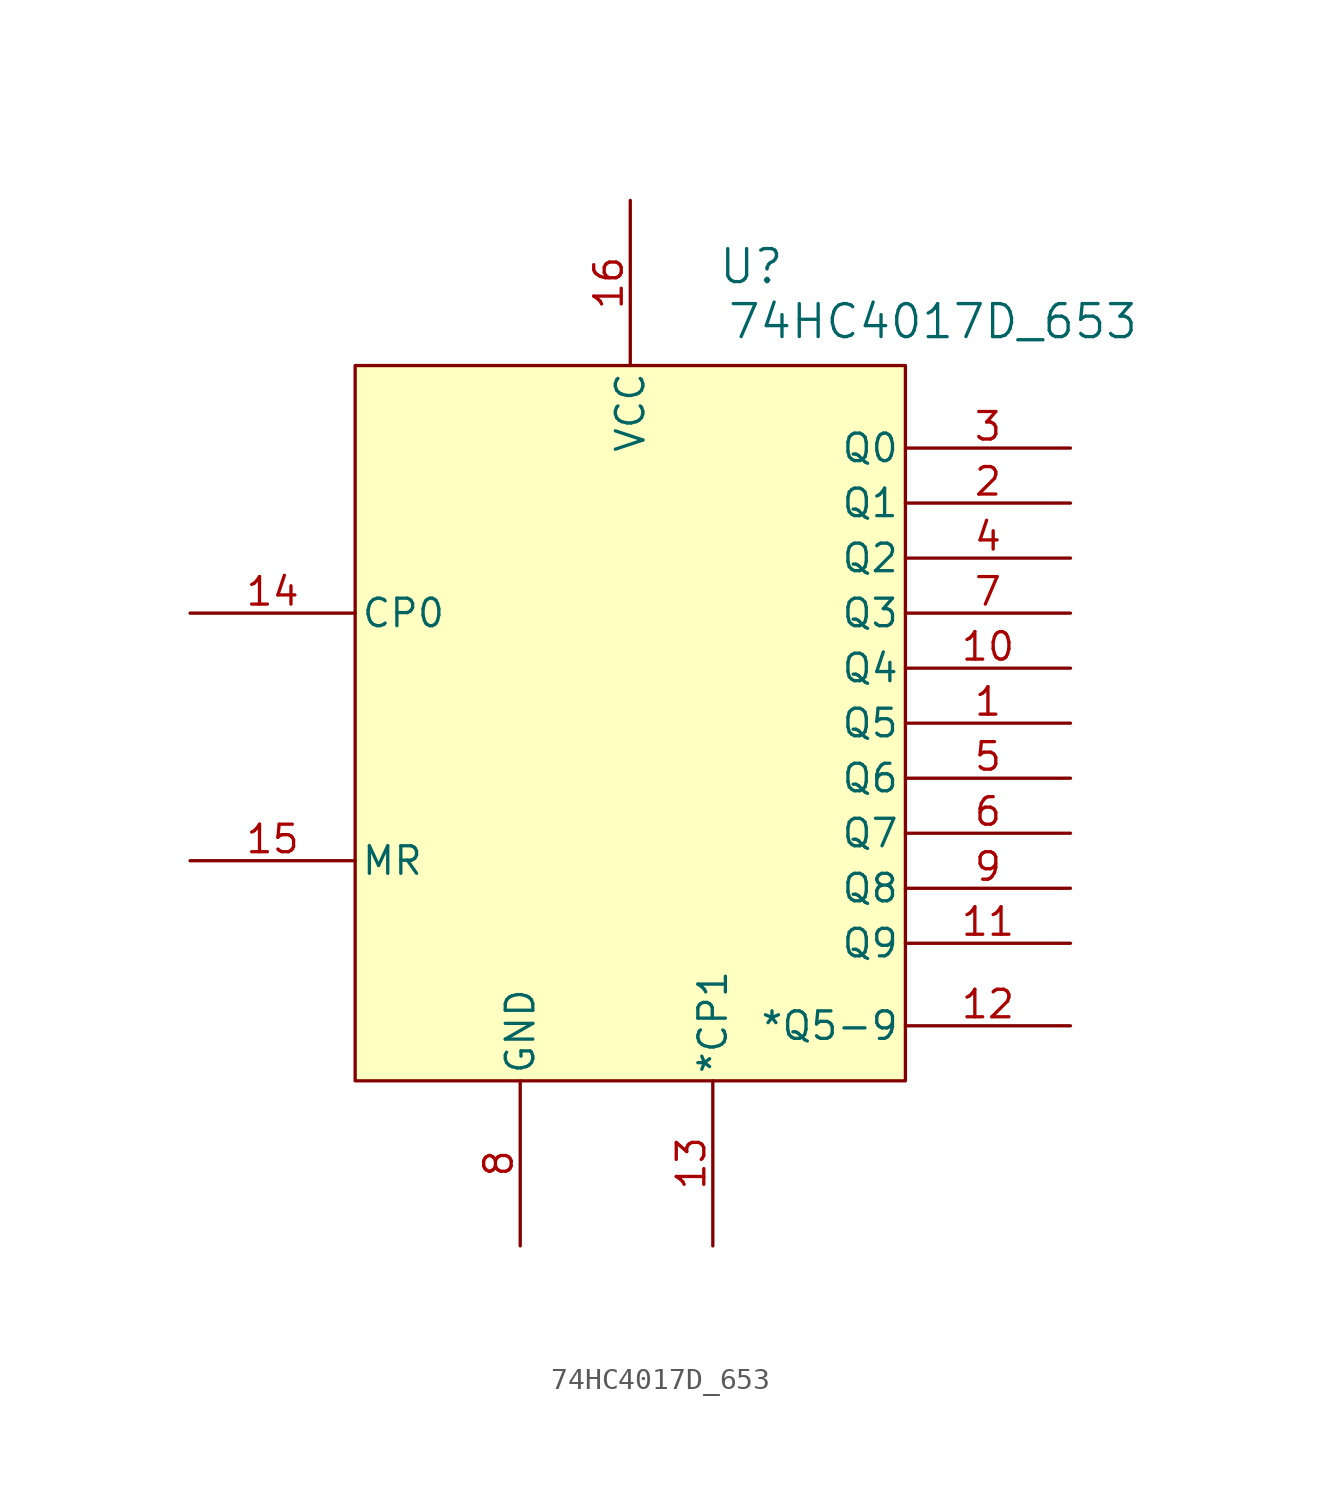
<source format=kicad_sym>
(kicad_symbol_lib
  (version 20231120)
  (generator "kicad_symbol_editor")
  (generator_version "8.0")
  (symbol "74HC4017D_653"
    (pin_names
      (offset 0.254))
    (property "Reference" "U"
      (at 25.908 9.652 0)
      (effects (font (size 1.524 1.524))))
    (property "Value" "74HC4017D_653"
      (at 34.29 7.112 0)
      (effects (font (size 1.524 1.524))))
    (property "ki_locked" ""
      (at 0 0 0)
      (effects (font (size 1.27 1.27))))
    (symbol "74HC4017D_653_0_1"
      (pin output line (at 40.64 -11.43 180) (length 7.62) (name "Q5" (effects (font (size 1.27 1.27)))) (number "1" (effects (font (size 1.27 1.27)))))
      (pin output line (at 40.64 -8.89 180) (length 7.62) (name "Q4" (effects (font (size 1.27 1.27)))) (number "10" (effects (font (size 1.27 1.27)))))
      (pin output line (at 40.64 -21.59 180) (length 7.62) (name "Q9" (effects (font (size 1.27 1.27)))) (number "11" (effects (font (size 1.27 1.27)))))
      (pin output line (at 40.64 -25.4 180) (length 7.62) (name "*Q5-9" (effects (font (size 1.27 1.27)))) (number "12" (effects (font (size 1.27 1.27)))))
      (pin input line (at 24.13 -35.56 90) (length 7.62) (name "*CP1" (effects (font (size 1.27 1.27)))) (number "13" (effects (font (size 1.27 1.27)))))
      (pin input line (at 0 -6.35 0) (length 7.62) (name "CP0" (effects (font (size 1.27 1.27)))) (number "14" (effects (font (size 1.27 1.27)))))
      (pin input line (at 0 -17.78 0) (length 7.62) (name "MR" (effects (font (size 1.27 1.27)))) (number "15" (effects (font (size 1.27 1.27)))))
      (pin power_in line (at 20.32 12.7 270) (length 7.62) (name "VCC" (effects (font (size 1.27 1.27)))) (number "16" (effects (font (size 1.27 1.27)))))
      (pin output line (at 40.64 -1.27 180) (length 7.62) (name "Q1" (effects (font (size 1.27 1.27)))) (number "2" (effects (font (size 1.27 1.27)))))
      (pin output line (at 40.64 1.27 180) (length 7.62) (name "Q0" (effects (font (size 1.27 1.27)))) (number "3" (effects (font (size 1.27 1.27)))))
      (pin output line (at 40.64 -3.81 180) (length 7.62) (name "Q2" (effects (font (size 1.27 1.27)))) (number "4" (effects (font (size 1.27 1.27)))))
      (pin output line (at 40.64 -13.97 180) (length 7.62) (name "Q6" (effects (font (size 1.27 1.27)))) (number "5" (effects (font (size 1.27 1.27)))))
      (pin output line (at 40.64 -16.51 180) (length 7.62) (name "Q7" (effects (font (size 1.27 1.27)))) (number "6" (effects (font (size 1.27 1.27)))))
      (pin output line (at 40.64 -6.35 180) (length 7.62) (name "Q3" (effects (font (size 1.27 1.27)))) (number "7" (effects (font (size 1.27 1.27)))))
      (pin power_out line (at 15.24 -35.56 90) (length 7.62) (name "GND" (effects (font (size 1.27 1.27)))) (number "8" (effects (font (size 1.27 1.27)))))
      (pin output line (at 40.64 -19.05 180) (length 7.62) (name "Q8" (effects (font (size 1.27 1.27)))) (number "9" (effects (font (size 1.27 1.27))))))
    (symbol "74HC4017D_653_1_1"
      (rectangle (start 7.62 5.08) (end 33.02 -27.94) (stroke (width 0) (type default)) (fill (type background))))))
</source>
